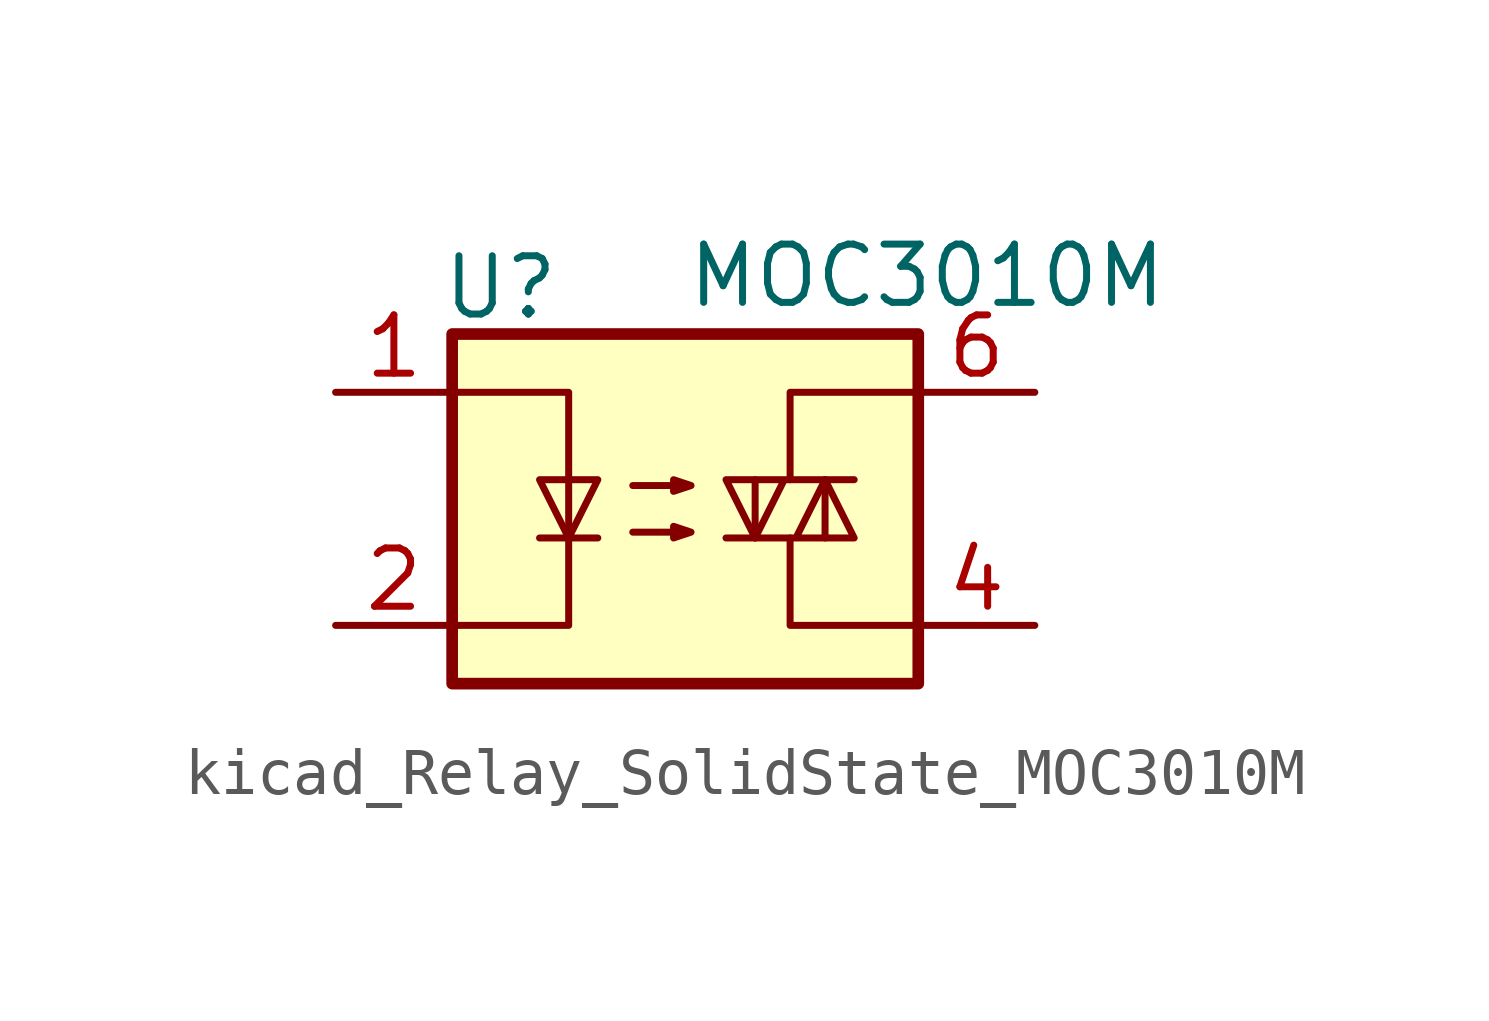
<source format=kicad_sym>
(kicad_symbol_lib
  (version 20220914)
  (generator kicad_symbol_editor)
  (symbol "kicad_Relay_SolidState_MOC3010M"
    (property "Reference" "U"
      (at -5.334 4.826 0)
      (effects (font (size 1.27 1.27)) (justify left)))
    (property "Value" "MOC3010M"
      (at 0 5.08 0)
      (effects (font (size 1.27 1.27)) (justify left)))
    (symbol "kicad_Relay_SolidState_MOC3010M_0_1"
      (rectangle (start -5.08 3.81) (end 5.08 -3.81) (stroke (width 0.254) (type default)) (fill (type background)))
      (polyline (pts (xy -3.175 -0.635) (xy -1.905 -0.635)) (stroke (width 0) (type default)) (fill (type none)))
      (polyline (pts (xy 1.524 -0.635) (xy 1.524 0.635)) (stroke (width 0) (type default)) (fill (type none)))
      (polyline (pts (xy 3.048 0.635) (xy 3.048 -0.635)) (stroke (width 0) (type default)) (fill (type none)))
      (polyline (pts (xy 2.286 -0.635) (xy 2.286 -2.54) (xy 5.08 -2.54)) (stroke (width 0) (type default)) (fill (type none)))
      (polyline (pts (xy 2.286 0.635) (xy 2.286 2.54) (xy 5.08 2.54)) (stroke (width 0) (type default)) (fill (type none)))
      (polyline (pts (xy -5.08 2.54) (xy -2.54 2.54) (xy -2.54 -2.54) (xy -5.08 -2.54)) (stroke (width 0) (type default)) (fill (type none)))
      (polyline (pts (xy -2.54 -0.635) (xy -3.175 0.635) (xy -1.905 0.635) (xy -2.54 -0.635)) (stroke (width 0) (type default)) (fill (type none)))
      (polyline (pts (xy 0.889 -0.635) (xy 3.683 -0.635) (xy 3.048 0.635) (xy 2.413 -0.635)) (stroke (width 0) (type default)) (fill (type none)))
      (polyline (pts (xy 3.683 0.635) (xy 0.889 0.635) (xy 1.524 -0.635) (xy 2.159 0.635)) (stroke (width 0) (type default)) (fill (type none)))
      (polyline (pts (xy -1.143 -0.508) (xy 0.127 -0.508) (xy -0.254 -0.635) (xy -0.254 -0.381) (xy 0.127 -0.508)) (stroke (width 0) (type default)) (fill (type none)))
      (polyline (pts (xy -1.143 0.508) (xy 0.127 0.508) (xy -0.254 0.381) (xy -0.254 0.635) (xy 0.127 0.508)) (stroke (width 0) (type default)) (fill (type none))))
    (symbol "kicad_Relay_SolidState_MOC3010M_1_1"
      (pin passive line (at -7.62 2.54 0) (length 2.54) (name "~" (effects (font (size 1.27 1.27)))) (number "1" (effects (font (size 1.27 1.27)))))
      (pin passive line (at -7.62 -2.54 0) (length 2.54) (name "~" (effects (font (size 1.27 1.27)))) (number "2" (effects (font (size 1.27 1.27)))))
      (pin no_connect line (at -5.08 0 0) (length 2.54) hide (name "NC" (effects (font (size 1.27 1.27)))) (number "3" (effects (font (size 1.27 1.27)))))
      (pin passive line (at 7.62 -2.54 180) (length 2.54) (name "~" (effects (font (size 1.27 1.27)))) (number "4" (effects (font (size 1.27 1.27)))))
      (pin no_connect line (at 5.08 0 180) (length 2.54) hide (name "NC" (effects (font (size 1.27 1.27)))) (number "5" (effects (font (size 1.27 1.27)))))
      (pin passive line (at 7.62 2.54 180) (length 2.54) (name "~" (effects (font (size 1.27 1.27)))) (number "6" (effects (font (size 1.27 1.27))))))))
</source>
